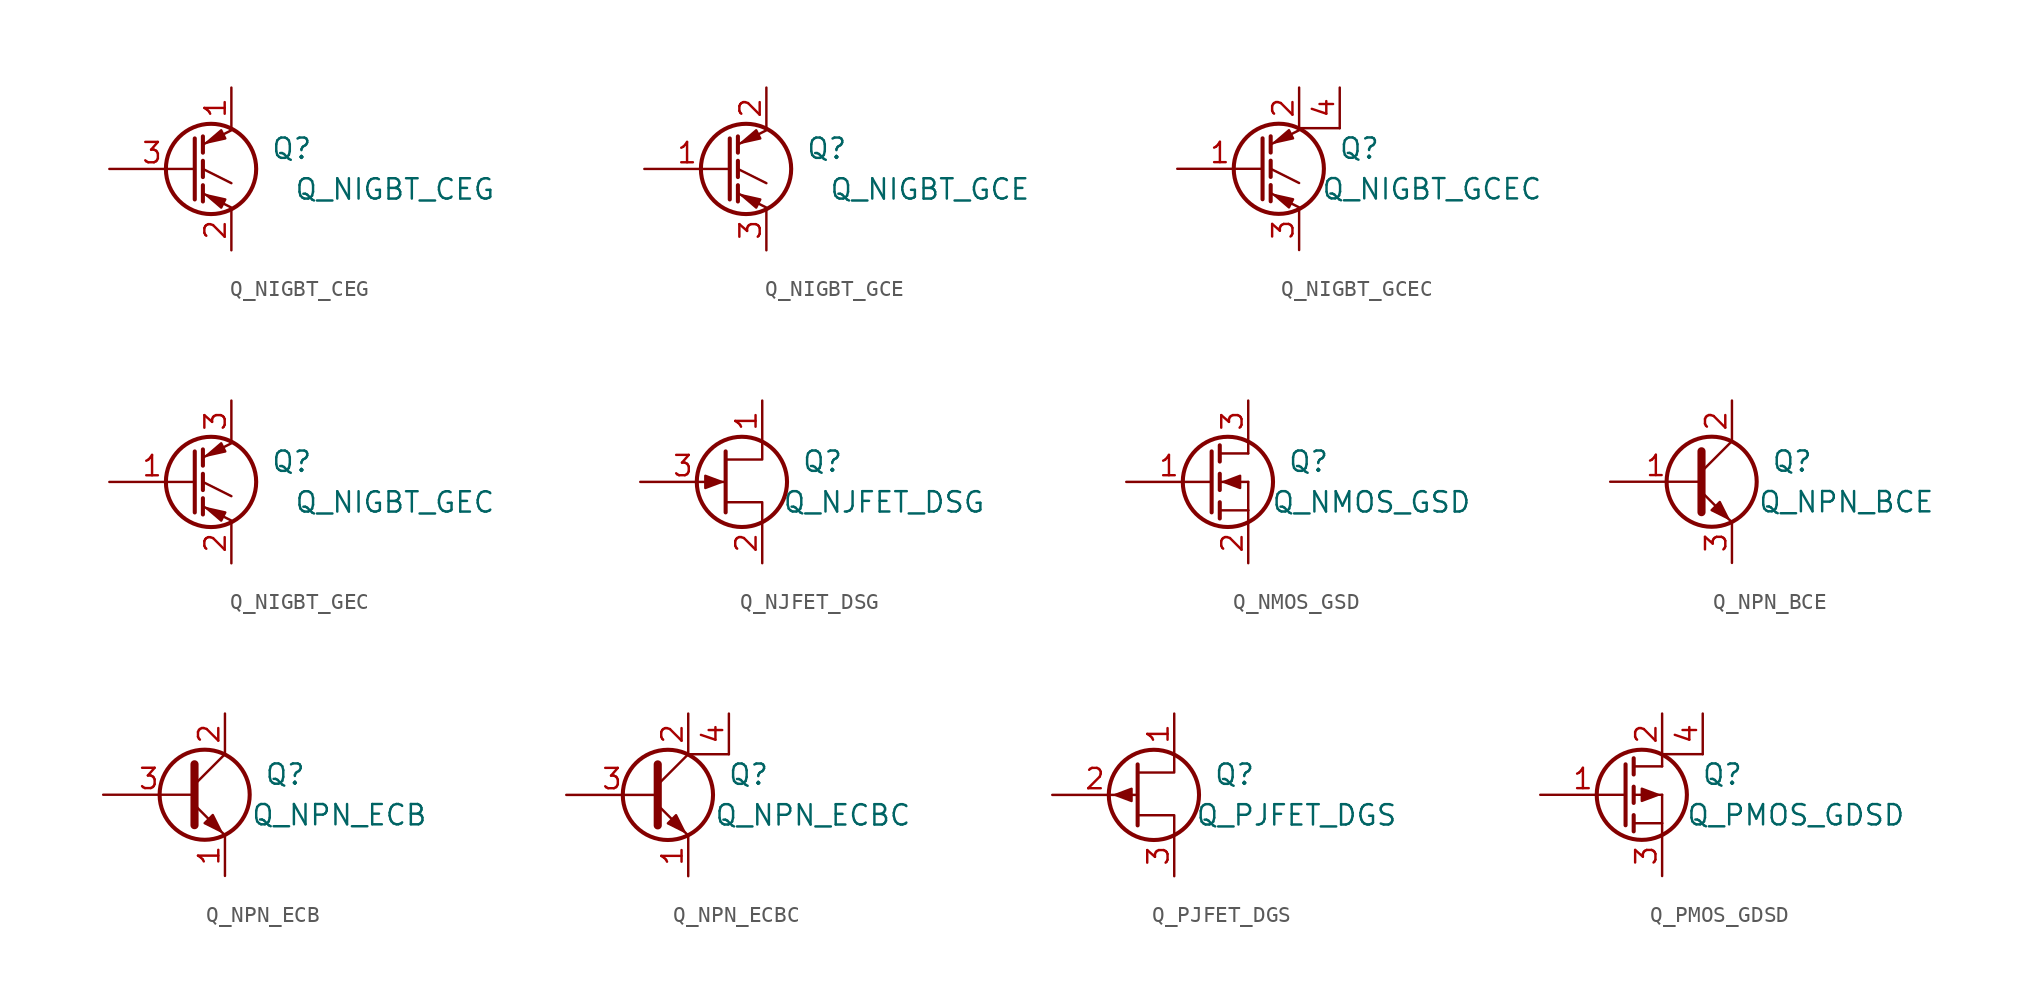
<source format=kicad_sym>
(kicad_symbol_lib
  (version 20211014)
  (generator kicad_symbol_editor)
  (symbol "Q_NIGBT_CEG"
    (pin_names
      (offset 0) hide)
    (property "Reference" "Q"
      (at 7.62 1.27 0)
      (effects (font (size 1.27 1.27)) (justify right)))
    (property "Value" "Q_NIGBT_CEG"
      (at 19.05 -1.27 0)
      (effects (font (size 1.27 1.27)) (justify right)))
    (property "Footprint" ""
      (at 5.08 2.54 0)
      (effects (font (size 1.27 1.27))))
    (property "Datasheet" ""
      (at 0 0 0)
      (effects (font (size 1.27 1.27))))
    (symbol "Q_NIGBT_CEG_0_1"
      (polyline (pts (xy 0.762 -1.016) (xy 0.762 -2.032)) (stroke (width 0.254) (type default) (color 0 0 0 0)) (fill (type none)))
      (polyline (pts (xy 0.762 0.508) (xy 0.762 -0.508)) (stroke (width 0.254) (type default) (color 0 0 0 0)) (fill (type none)))
      (polyline (pts (xy 0.762 2.032) (xy 0.762 1.016)) (stroke (width 0.254) (type default) (color 0 0 0 0)) (fill (type none)))
      (polyline (pts (xy 2.54 -2.413) (xy 0.762 -1.524)) (stroke (width 0) (type default) (color 0 0 0 0)) (fill (type none)))
      (polyline (pts (xy 2.54 -0.889) (xy 0.762 0)) (stroke (width 0) (type default) (color 0 0 0 0)) (fill (type none)))
      (polyline (pts (xy 2.54 2.413) (xy 0.762 1.524)) (stroke (width 0) (type default) (color 0 0 0 0)) (fill (type none)))
      (polyline (pts (xy 0.254 1.905) (xy 0.254 -1.905) (xy 0.254 -1.905)) (stroke (width 0.254) (type default) (color 0 0 0 0)) (fill (type none)))
      (polyline (pts (xy 2.159 -1.905) (xy 1.905 -2.413) (xy 1.016 -1.651) (xy 2.159 -1.905)) (stroke (width 0) (type default) (color 0 0 0 0)) (fill (type outline)))
      (polyline (pts (xy 2.159 1.905) (xy 1.905 2.413) (xy 1.016 1.651) (xy 2.159 1.905)) (stroke (width 0) (type default) (color 0 0 0 0)) (fill (type outline)))
      (circle (center 1.27 0) (radius 2.819) (stroke (width 0.254) (type default) (color 0 0 0 0)) (fill (type none))))
    (symbol "Q_NIGBT_CEG_1_1"
      (pin passive line (at 2.54 5.08 270) (length 2.54) (name "C" (effects (font (size 1.27 1.27)))) (number "1" (effects (font (size 1.27 1.27)))))
      (pin passive line (at 2.54 -5.08 90) (length 2.54) (name "E" (effects (font (size 1.27 1.27)))) (number "2" (effects (font (size 1.27 1.27)))))
      (pin input line (at -5.08 0 0) (length 5.334) (name "G" (effects (font (size 1.27 1.27)))) (number "3" (effects (font (size 1.27 1.27)))))))
  (symbol "Q_NIGBT_GCE"
    (pin_names
      (offset 0) hide)
    (property "Reference" "Q"
      (at 7.62 1.27 0)
      (effects (font (size 1.27 1.27)) (justify right)))
    (property "Value" "Q_NIGBT_GCE"
      (at 19.05 -1.27 0)
      (effects (font (size 1.27 1.27)) (justify right)))
    (property "Footprint" ""
      (at 5.08 2.54 0)
      (effects (font (size 1.27 1.27))))
    (property "Datasheet" ""
      (at 0 0 0)
      (effects (font (size 1.27 1.27))))
    (symbol "Q_NIGBT_GCE_0_1"
      (polyline (pts (xy 0.762 -1.016) (xy 0.762 -2.032)) (stroke (width 0.254) (type default) (color 0 0 0 0)) (fill (type none)))
      (polyline (pts (xy 0.762 0.508) (xy 0.762 -0.508)) (stroke (width 0.254) (type default) (color 0 0 0 0)) (fill (type none)))
      (polyline (pts (xy 0.762 2.032) (xy 0.762 1.016)) (stroke (width 0.254) (type default) (color 0 0 0 0)) (fill (type none)))
      (polyline (pts (xy 2.54 -2.413) (xy 0.762 -1.524)) (stroke (width 0) (type default) (color 0 0 0 0)) (fill (type none)))
      (polyline (pts (xy 2.54 -0.889) (xy 0.762 0)) (stroke (width 0) (type default) (color 0 0 0 0)) (fill (type none)))
      (polyline (pts (xy 2.54 2.413) (xy 0.762 1.524)) (stroke (width 0) (type default) (color 0 0 0 0)) (fill (type none)))
      (polyline (pts (xy 0.254 1.905) (xy 0.254 -1.905) (xy 0.254 -1.905)) (stroke (width 0.254) (type default) (color 0 0 0 0)) (fill (type none)))
      (polyline (pts (xy 2.159 -1.905) (xy 1.905 -2.413) (xy 1.016 -1.651) (xy 2.159 -1.905)) (stroke (width 0) (type default) (color 0 0 0 0)) (fill (type outline)))
      (polyline (pts (xy 2.159 1.905) (xy 1.905 2.413) (xy 1.016 1.651) (xy 2.159 1.905)) (stroke (width 0) (type default) (color 0 0 0 0)) (fill (type outline)))
      (circle (center 1.27 0) (radius 2.819) (stroke (width 0.254) (type default) (color 0 0 0 0)) (fill (type none))))
    (symbol "Q_NIGBT_GCE_1_1"
      (pin input line (at -5.08 0 0) (length 5.334) (name "G" (effects (font (size 1.27 1.27)))) (number "1" (effects (font (size 1.27 1.27)))))
      (pin passive line (at 2.54 5.08 270) (length 2.54) (name "C" (effects (font (size 1.27 1.27)))) (number "2" (effects (font (size 1.27 1.27)))))
      (pin passive line (at 2.54 -5.08 90) (length 2.54) (name "E" (effects (font (size 1.27 1.27)))) (number "3" (effects (font (size 1.27 1.27)))))))
  (symbol "Q_NIGBT_GCEC"
    (pin_names
      (offset 0) hide)
    (property "Reference" "Q"
      (at 7.62 1.27 0)
      (effects (font (size 1.27 1.27)) (justify right)))
    (property "Value" "Q_NIGBT_GCEC"
      (at 17.78 -1.27 0)
      (effects (font (size 1.27 1.27)) (justify right)))
    (property "Footprint" ""
      (at 5.08 2.54 0)
      (effects (font (size 1.27 1.27))))
    (property "Datasheet" ""
      (at 0 0 0)
      (effects (font (size 1.27 1.27))))
    (symbol "Q_NIGBT_GCEC_0_1"
      (polyline (pts (xy 0.762 -1.016) (xy 0.762 -2.032)) (stroke (width 0.254) (type default) (color 0 0 0 0)) (fill (type none)))
      (polyline (pts (xy 0.762 0.508) (xy 0.762 -0.508)) (stroke (width 0.254) (type default) (color 0 0 0 0)) (fill (type none)))
      (polyline (pts (xy 0.762 2.032) (xy 0.762 1.016)) (stroke (width 0.254) (type default) (color 0 0 0 0)) (fill (type none)))
      (polyline (pts (xy 2.54 -2.413) (xy 0.762 -1.524)) (stroke (width 0) (type default) (color 0 0 0 0)) (fill (type none)))
      (polyline (pts (xy 2.54 -0.889) (xy 0.762 0)) (stroke (width 0) (type default) (color 0 0 0 0)) (fill (type none)))
      (polyline (pts (xy 2.54 2.413) (xy 0.762 1.524)) (stroke (width 0) (type default) (color 0 0 0 0)) (fill (type none)))
      (polyline (pts (xy 2.54 2.54) (xy 5.08 2.54)) (stroke (width 0) (type default) (color 0 0 0 0)) (fill (type none)))
      (polyline (pts (xy 0.254 1.905) (xy 0.254 -1.905) (xy 0.254 -1.905)) (stroke (width 0.254) (type default) (color 0 0 0 0)) (fill (type none)))
      (polyline (pts (xy 2.159 -1.905) (xy 1.905 -2.413) (xy 1.016 -1.651) (xy 2.159 -1.905)) (stroke (width 0) (type default) (color 0 0 0 0)) (fill (type outline)))
      (polyline (pts (xy 2.159 1.905) (xy 1.905 2.413) (xy 1.016 1.651) (xy 2.159 1.905)) (stroke (width 0) (type default) (color 0 0 0 0)) (fill (type outline)))
      (circle (center 1.27 0) (radius 2.819) (stroke (width 0.254) (type default) (color 0 0 0 0)) (fill (type none))))
    (symbol "Q_NIGBT_GCEC_1_1"
      (pin input line (at -5.08 0 0) (length 5.334) (name "G" (effects (font (size 1.27 1.27)))) (number "1" (effects (font (size 1.27 1.27)))))
      (pin passive line (at 2.54 5.08 270) (length 2.54) (name "C" (effects (font (size 1.27 1.27)))) (number "2" (effects (font (size 1.27 1.27)))))
      (pin passive line (at 2.54 -5.08 90) (length 2.54) (name "E" (effects (font (size 1.27 1.27)))) (number "3" (effects (font (size 1.27 1.27)))))
      (pin passive line (at 5.08 5.08 270) (length 2.54) (name "C" (effects (font (size 1.27 1.27)))) (number "4" (effects (font (size 1.27 1.27)))))))
  (symbol "Q_NIGBT_GEC"
    (pin_names
      (offset 0) hide)
    (property "Reference" "Q"
      (at 7.62 1.27 0)
      (effects (font (size 1.27 1.27)) (justify right)))
    (property "Value" "Q_NIGBT_GEC"
      (at 19.05 -1.27 0)
      (effects (font (size 1.27 1.27)) (justify right)))
    (property "Footprint" ""
      (at 5.08 2.54 0)
      (effects (font (size 1.27 1.27))))
    (property "Datasheet" ""
      (at 0 0 0)
      (effects (font (size 1.27 1.27))))
    (symbol "Q_NIGBT_GEC_0_1"
      (polyline (pts (xy 0.762 -1.016) (xy 0.762 -2.032)) (stroke (width 0.254) (type default) (color 0 0 0 0)) (fill (type none)))
      (polyline (pts (xy 0.762 0.508) (xy 0.762 -0.508)) (stroke (width 0.254) (type default) (color 0 0 0 0)) (fill (type none)))
      (polyline (pts (xy 0.762 2.032) (xy 0.762 1.016)) (stroke (width 0.254) (type default) (color 0 0 0 0)) (fill (type none)))
      (polyline (pts (xy 2.54 -2.413) (xy 0.762 -1.524)) (stroke (width 0) (type default) (color 0 0 0 0)) (fill (type none)))
      (polyline (pts (xy 2.54 -0.889) (xy 0.762 0)) (stroke (width 0) (type default) (color 0 0 0 0)) (fill (type none)))
      (polyline (pts (xy 2.54 2.413) (xy 0.762 1.524)) (stroke (width 0) (type default) (color 0 0 0 0)) (fill (type none)))
      (polyline (pts (xy 0.254 1.905) (xy 0.254 -1.905) (xy 0.254 -1.905)) (stroke (width 0.254) (type default) (color 0 0 0 0)) (fill (type none)))
      (polyline (pts (xy 2.159 -1.905) (xy 1.905 -2.413) (xy 1.016 -1.651) (xy 2.159 -1.905)) (stroke (width 0) (type default) (color 0 0 0 0)) (fill (type outline)))
      (polyline (pts (xy 2.159 1.905) (xy 1.905 2.413) (xy 1.016 1.651) (xy 2.159 1.905)) (stroke (width 0) (type default) (color 0 0 0 0)) (fill (type outline)))
      (circle (center 1.27 0) (radius 2.819) (stroke (width 0.254) (type default) (color 0 0 0 0)) (fill (type none))))
    (symbol "Q_NIGBT_GEC_1_1"
      (pin input line (at -5.08 0 0) (length 5.334) (name "G" (effects (font (size 1.27 1.27)))) (number "1" (effects (font (size 1.27 1.27)))))
      (pin passive line (at 2.54 -5.08 90) (length 2.54) (name "E" (effects (font (size 1.27 1.27)))) (number "2" (effects (font (size 1.27 1.27)))))
      (pin passive line (at 2.54 5.08 270) (length 2.54) (name "C" (effects (font (size 1.27 1.27)))) (number "3" (effects (font (size 1.27 1.27)))))))
  (symbol "Q_NJFET_DSG"
    (pin_names
      (offset 0) hide)
    (property "Reference" "Q"
      (at 7.62 1.27 0)
      (effects (font (size 1.27 1.27)) (justify right)))
    (property "Value" "Q_NJFET_DSG"
      (at 16.51 -1.27 0)
      (effects (font (size 1.27 1.27)) (justify right)))
    (property "Footprint" ""
      (at 5.08 2.54 0)
      (effects (font (size 1.27 1.27))))
    (property "Datasheet" ""
      (at 0 0 0)
      (effects (font (size 1.27 1.27))))
    (symbol "Q_NJFET_DSG_0_1"
      (polyline (pts (xy 0.254 1.905) (xy 0.254 -1.905) (xy 0.254 -1.905)) (stroke (width 0.254) (type default) (color 0 0 0 0)) (fill (type none)))
      (polyline (pts (xy 2.54 -2.54) (xy 2.54 -1.27) (xy 0.254 -1.27)) (stroke (width 0) (type default) (color 0 0 0 0)) (fill (type none)))
      (polyline (pts (xy 2.54 2.54) (xy 2.54 1.397) (xy 0.254 1.397)) (stroke (width 0) (type default) (color 0 0 0 0)) (fill (type none)))
      (polyline (pts (xy 0 0) (xy -1.016 0.381) (xy -1.016 -0.381) (xy 0 0)) (stroke (width 0) (type default) (color 0 0 0 0)) (fill (type outline)))
      (circle (center 1.27 0) (radius 2.819) (stroke (width 0.254) (type default) (color 0 0 0 0)) (fill (type none))))
    (symbol "Q_NJFET_DSG_1_1"
      (pin passive line (at 2.54 5.08 270) (length 2.54) (name "D" (effects (font (size 1.27 1.27)))) (number "1" (effects (font (size 1.27 1.27)))))
      (pin passive line (at 2.54 -5.08 90) (length 2.54) (name "S" (effects (font (size 1.27 1.27)))) (number "2" (effects (font (size 1.27 1.27)))))
      (pin input line (at -5.08 0 0) (length 5.334) (name "G" (effects (font (size 1.27 1.27)))) (number "3" (effects (font (size 1.27 1.27)))))))
  (symbol "Q_NMOS_GSD"
    (pin_names
      (offset 0) hide)
    (property "Reference" "Q"
      (at 7.62 1.27 0)
      (effects (font (size 1.27 1.27)) (justify right)))
    (property "Value" "Q_NMOS_GSD"
      (at 16.51 -1.27 0)
      (effects (font (size 1.27 1.27)) (justify right)))
    (property "Footprint" ""
      (at 5.08 2.54 0)
      (effects (font (size 1.27 1.27))))
    (property "Datasheet" ""
      (at 0 0 0)
      (effects (font (size 1.27 1.27))))
    (symbol "Q_NMOS_GSD_0_1"
      (polyline (pts (xy 0.762 -1.778) (xy 2.54 -1.778)) (stroke (width 0) (type default) (color 0 0 0 0)) (fill (type none)))
      (polyline (pts (xy 0.762 -1.27) (xy 0.762 -2.286)) (stroke (width 0.254) (type default) (color 0 0 0 0)) (fill (type none)))
      (polyline (pts (xy 0.762 0) (xy 2.54 0)) (stroke (width 0) (type default) (color 0 0 0 0)) (fill (type none)))
      (polyline (pts (xy 0.762 0.508) (xy 0.762 -0.508)) (stroke (width 0.254) (type default) (color 0 0 0 0)) (fill (type none)))
      (polyline (pts (xy 0.762 1.778) (xy 2.54 1.778)) (stroke (width 0) (type default) (color 0 0 0 0)) (fill (type none)))
      (polyline (pts (xy 0.762 2.286) (xy 0.762 1.27)) (stroke (width 0.254) (type default) (color 0 0 0 0)) (fill (type none)))
      (polyline (pts (xy 2.54 -1.778) (xy 2.54 -2.54)) (stroke (width 0) (type default) (color 0 0 0 0)) (fill (type none)))
      (polyline (pts (xy 2.54 -1.778) (xy 2.54 0)) (stroke (width 0) (type default) (color 0 0 0 0)) (fill (type none)))
      (polyline (pts (xy 2.54 2.54) (xy 2.54 1.778)) (stroke (width 0) (type default) (color 0 0 0 0)) (fill (type none)))
      (polyline (pts (xy 0.254 1.905) (xy 0.254 -1.905) (xy 0.254 -1.905)) (stroke (width 0.254) (type default) (color 0 0 0 0)) (fill (type none)))
      (polyline (pts (xy 1.016 0) (xy 2.032 0.381) (xy 2.032 -0.381) (xy 1.016 0)) (stroke (width 0) (type default) (color 0 0 0 0)) (fill (type outline)))
      (circle (center 1.27 0) (radius 2.819) (stroke (width 0.254) (type default) (color 0 0 0 0)) (fill (type none))))
    (symbol "Q_NMOS_GSD_1_1"
      (pin input line (at -5.08 0 0) (length 5.334) (name "G" (effects (font (size 1.27 1.27)))) (number "1" (effects (font (size 1.27 1.27)))))
      (pin passive line (at 2.54 -5.08 90) (length 2.54) (name "S" (effects (font (size 1.27 1.27)))) (number "2" (effects (font (size 1.27 1.27)))))
      (pin passive line (at 2.54 5.08 270) (length 2.54) (name "D" (effects (font (size 1.27 1.27)))) (number "3" (effects (font (size 1.27 1.27)))))))
  (symbol "Q_NPN_BCE"
    (pin_names
      (offset 0) hide)
    (property "Reference" "Q"
      (at 7.62 1.27 0)
      (effects (font (size 1.27 1.27)) (justify right)))
    (property "Value" "Q_NPN_BCE"
      (at 15.24 -1.27 0)
      (effects (font (size 1.27 1.27)) (justify right)))
    (property "Footprint" ""
      (at 5.08 2.54 0)
      (effects (font (size 1.27 1.27))))
    (property "Datasheet" ""
      (at 0 0 0)
      (effects (font (size 1.27 1.27))))
    (symbol "Q_NPN_BCE_0_1"
      (polyline (pts (xy 0.635 0.635) (xy 2.54 2.54)) (stroke (width 0) (type default) (color 0 0 0 0)) (fill (type none)))
      (polyline (pts (xy 0.635 -0.635) (xy 2.54 -2.54) (xy 2.54 -2.54)) (stroke (width 0) (type default) (color 0 0 0 0)) (fill (type none)))
      (polyline (pts (xy 0.635 1.905) (xy 0.635 -1.905) (xy 0.635 -1.905)) (stroke (width 0.508) (type default) (color 0 0 0 0)) (fill (type none)))
      (polyline (pts (xy 1.27 -1.778) (xy 1.778 -1.27) (xy 2.286 -2.286) (xy 1.27 -1.778) (xy 1.27 -1.778)) (stroke (width 0) (type default) (color 0 0 0 0)) (fill (type outline)))
      (circle (center 1.27 0) (radius 2.819) (stroke (width 0.254) (type default) (color 0 0 0 0)) (fill (type none))))
    (symbol "Q_NPN_BCE_1_1"
      (pin input line (at -5.08 0 0) (length 5.715) (name "B" (effects (font (size 1.27 1.27)))) (number "1" (effects (font (size 1.27 1.27)))))
      (pin passive line (at 2.54 5.08 270) (length 2.54) (name "C" (effects (font (size 1.27 1.27)))) (number "2" (effects (font (size 1.27 1.27)))))
      (pin passive line (at 2.54 -5.08 90) (length 2.54) (name "E" (effects (font (size 1.27 1.27)))) (number "3" (effects (font (size 1.27 1.27)))))))
  (symbol "Q_NPN_ECB"
    (pin_names
      (offset 0) hide)
    (property "Reference" "Q"
      (at 7.62 1.27 0)
      (effects (font (size 1.27 1.27)) (justify right)))
    (property "Value" "Q_NPN_ECB"
      (at 15.24 -1.27 0)
      (effects (font (size 1.27 1.27)) (justify right)))
    (property "Footprint" ""
      (at 5.08 2.54 0)
      (effects (font (size 1.27 1.27))))
    (property "Datasheet" ""
      (at 0 0 0)
      (effects (font (size 1.27 1.27))))
    (symbol "Q_NPN_ECB_0_1"
      (polyline (pts (xy 0.635 0.635) (xy 2.54 2.54)) (stroke (width 0) (type default) (color 0 0 0 0)) (fill (type none)))
      (polyline (pts (xy 0.635 -0.635) (xy 2.54 -2.54) (xy 2.54 -2.54)) (stroke (width 0) (type default) (color 0 0 0 0)) (fill (type none)))
      (polyline (pts (xy 0.635 1.905) (xy 0.635 -1.905) (xy 0.635 -1.905)) (stroke (width 0.508) (type default) (color 0 0 0 0)) (fill (type none)))
      (polyline (pts (xy 1.27 -1.778) (xy 1.778 -1.27) (xy 2.286 -2.286) (xy 1.27 -1.778) (xy 1.27 -1.778)) (stroke (width 0) (type default) (color 0 0 0 0)) (fill (type outline)))
      (circle (center 1.27 0) (radius 2.819) (stroke (width 0.254) (type default) (color 0 0 0 0)) (fill (type none))))
    (symbol "Q_NPN_ECB_1_1"
      (pin passive line (at 2.54 -5.08 90) (length 2.54) (name "E" (effects (font (size 1.27 1.27)))) (number "1" (effects (font (size 1.27 1.27)))))
      (pin passive line (at 2.54 5.08 270) (length 2.54) (name "C" (effects (font (size 1.27 1.27)))) (number "2" (effects (font (size 1.27 1.27)))))
      (pin passive line (at -5.08 0 0) (length 5.715) (name "B" (effects (font (size 1.27 1.27)))) (number "3" (effects (font (size 1.27 1.27)))))))
  (symbol "Q_NPN_ECBC"
    (pin_names
      (offset 0) hide)
    (property "Reference" "Q"
      (at 7.62 1.27 0)
      (effects (font (size 1.27 1.27)) (justify right)))
    (property "Value" "Q_NPN_ECBC"
      (at 16.51 -1.27 0)
      (effects (font (size 1.27 1.27)) (justify right)))
    (property "Footprint" ""
      (at 5.08 2.54 0)
      (effects (font (size 1.27 1.27))))
    (property "Datasheet" ""
      (at 0 0 0)
      (effects (font (size 1.27 1.27))))
    (symbol "Q_NPN_ECBC_0_1"
      (polyline (pts (xy 0.635 0.635) (xy 2.54 2.54)) (stroke (width 0) (type default) (color 0 0 0 0)) (fill (type none)))
      (polyline (pts (xy 2.54 2.54) (xy 5.08 2.54)) (stroke (width 0) (type default) (color 0 0 0 0)) (fill (type none)))
      (polyline (pts (xy 0.635 -0.635) (xy 2.54 -2.54) (xy 2.54 -2.54)) (stroke (width 0) (type default) (color 0 0 0 0)) (fill (type none)))
      (polyline (pts (xy 0.635 1.905) (xy 0.635 -1.905) (xy 0.635 -1.905)) (stroke (width 0.508) (type default) (color 0 0 0 0)) (fill (type none)))
      (polyline (pts (xy 1.27 -1.778) (xy 1.778 -1.27) (xy 2.286 -2.286) (xy 1.27 -1.778) (xy 1.27 -1.778)) (stroke (width 0) (type default) (color 0 0 0 0)) (fill (type outline)))
      (circle (center 1.27 0) (radius 2.819) (stroke (width 0.254) (type default) (color 0 0 0 0)) (fill (type none))))
    (symbol "Q_NPN_ECBC_1_1"
      (pin passive line (at 2.54 -5.08 90) (length 2.54) (name "E" (effects (font (size 1.27 1.27)))) (number "1" (effects (font (size 1.27 1.27)))))
      (pin passive line (at 2.54 5.08 270) (length 2.54) (name "C" (effects (font (size 1.27 1.27)))) (number "2" (effects (font (size 1.27 1.27)))))
      (pin passive line (at -5.08 0 0) (length 5.715) (name "B" (effects (font (size 1.27 1.27)))) (number "3" (effects (font (size 1.27 1.27)))))
      (pin passive line (at 5.08 5.08 270) (length 2.54) (name "C" (effects (font (size 1.27 1.27)))) (number "4" (effects (font (size 1.27 1.27)))))))
  (symbol "Q_PJFET_DGS"
    (pin_names
      (offset 0) hide)
    (property "Reference" "Q"
      (at 7.62 1.27 0)
      (effects (font (size 1.27 1.27)) (justify right)))
    (property "Value" "Q_PJFET_DGS"
      (at 16.51 -1.27 0)
      (effects (font (size 1.27 1.27)) (justify right)))
    (property "Footprint" ""
      (at 5.08 2.54 0)
      (effects (font (size 1.27 1.27))))
    (property "Datasheet" ""
      (at 0 0 0)
      (effects (font (size 1.27 1.27))))
    (symbol "Q_PJFET_DGS_0_1"
      (polyline (pts (xy 0.254 1.905) (xy 0.254 -1.905) (xy 0.254 -1.905)) (stroke (width 0.254) (type default) (color 0 0 0 0)) (fill (type none)))
      (polyline (pts (xy 2.54 -2.54) (xy 2.54 -1.27) (xy 0.254 -1.27)) (stroke (width 0) (type default) (color 0 0 0 0)) (fill (type none)))
      (polyline (pts (xy 2.54 2.54) (xy 2.54 1.397) (xy 0.254 1.397)) (stroke (width 0) (type default) (color 0 0 0 0)) (fill (type none)))
      (polyline (pts (xy -1.143 0) (xy -0.127 0.381) (xy -0.127 -0.381) (xy -1.143 0)) (stroke (width 0) (type default) (color 0 0 0 0)) (fill (type outline)))
      (circle (center 1.27 0) (radius 2.819) (stroke (width 0.254) (type default) (color 0 0 0 0)) (fill (type none))))
    (symbol "Q_PJFET_DGS_1_1"
      (pin passive line (at 2.54 5.08 270) (length 2.54) (name "D" (effects (font (size 1.27 1.27)))) (number "1" (effects (font (size 1.27 1.27)))))
      (pin input line (at -5.08 0 0) (length 5.334) (name "G" (effects (font (size 1.27 1.27)))) (number "2" (effects (font (size 1.27 1.27)))))
      (pin passive line (at 2.54 -5.08 90) (length 2.54) (name "S" (effects (font (size 1.27 1.27)))) (number "3" (effects (font (size 1.27 1.27)))))))
  (symbol "Q_PMOS_GDSD"
    (pin_names
      (offset 0) hide)
    (property "Reference" "Q"
      (at 7.62 1.27 0)
      (effects (font (size 1.27 1.27)) (justify right)))
    (property "Value" "Q_PMOS_GDSD"
      (at 17.78 -1.27 0)
      (effects (font (size 1.27 1.27)) (justify right)))
    (property "Footprint" ""
      (at 5.08 2.54 0)
      (effects (font (size 1.27 1.27))))
    (property "Datasheet" ""
      (at 0 0 0)
      (effects (font (size 1.27 1.27))))
    (symbol "Q_PMOS_GDSD_0_1"
      (polyline (pts (xy 0.762 -1.778) (xy 2.54 -1.778)) (stroke (width 0) (type default) (color 0 0 0 0)) (fill (type none)))
      (polyline (pts (xy 0.762 -1.27) (xy 0.762 -2.286)) (stroke (width 0.254) (type default) (color 0 0 0 0)) (fill (type none)))
      (polyline (pts (xy 0.762 0) (xy 2.54 0)) (stroke (width 0) (type default) (color 0 0 0 0)) (fill (type none)))
      (polyline (pts (xy 0.762 0.508) (xy 0.762 -0.508)) (stroke (width 0.254) (type default) (color 0 0 0 0)) (fill (type none)))
      (polyline (pts (xy 0.762 1.778) (xy 2.54 1.778)) (stroke (width 0) (type default) (color 0 0 0 0)) (fill (type none)))
      (polyline (pts (xy 0.762 2.286) (xy 0.762 1.27)) (stroke (width 0.254) (type default) (color 0 0 0 0)) (fill (type none)))
      (polyline (pts (xy 2.54 -1.778) (xy 2.54 -2.54)) (stroke (width 0) (type default) (color 0 0 0 0)) (fill (type none)))
      (polyline (pts (xy 2.54 -1.778) (xy 2.54 0)) (stroke (width 0) (type default) (color 0 0 0 0)) (fill (type none)))
      (polyline (pts (xy 2.54 2.54) (xy 2.54 1.778)) (stroke (width 0) (type default) (color 0 0 0 0)) (fill (type none)))
      (polyline (pts (xy 5.08 2.54) (xy 2.54 2.54)) (stroke (width 0) (type default) (color 0 0 0 0)) (fill (type none)))
      (polyline (pts (xy 0.254 1.905) (xy 0.254 -1.905) (xy 0.254 -1.905)) (stroke (width 0.254) (type default) (color 0 0 0 0)) (fill (type none)))
      (polyline (pts (xy 2.286 0) (xy 1.27 -0.381) (xy 1.27 0.381) (xy 2.286 0)) (stroke (width 0) (type default) (color 0 0 0 0)) (fill (type outline)))
      (circle (center 1.27 0) (radius 2.819) (stroke (width 0.254) (type default) (color 0 0 0 0)) (fill (type none))))
    (symbol "Q_PMOS_GDSD_1_1"
      (pin input line (at -5.08 0 0) (length 5.334) (name "G" (effects (font (size 1.27 1.27)))) (number "1" (effects (font (size 1.27 1.27)))))
      (pin passive line (at 2.54 5.08 270) (length 2.54) (name "D" (effects (font (size 1.27 1.27)))) (number "2" (effects (font (size 1.27 1.27)))))
      (pin passive line (at 2.54 -5.08 90) (length 2.54) (name "S" (effects (font (size 1.27 1.27)))) (number "3" (effects (font (size 1.27 1.27)))))
      (pin passive line (at 5.08 5.08 270) (length 2.54) (name "D" (effects (font (size 1.27 1.27)))) (number "4" (effects (font (size 1.27 1.27))))))))
</source>
